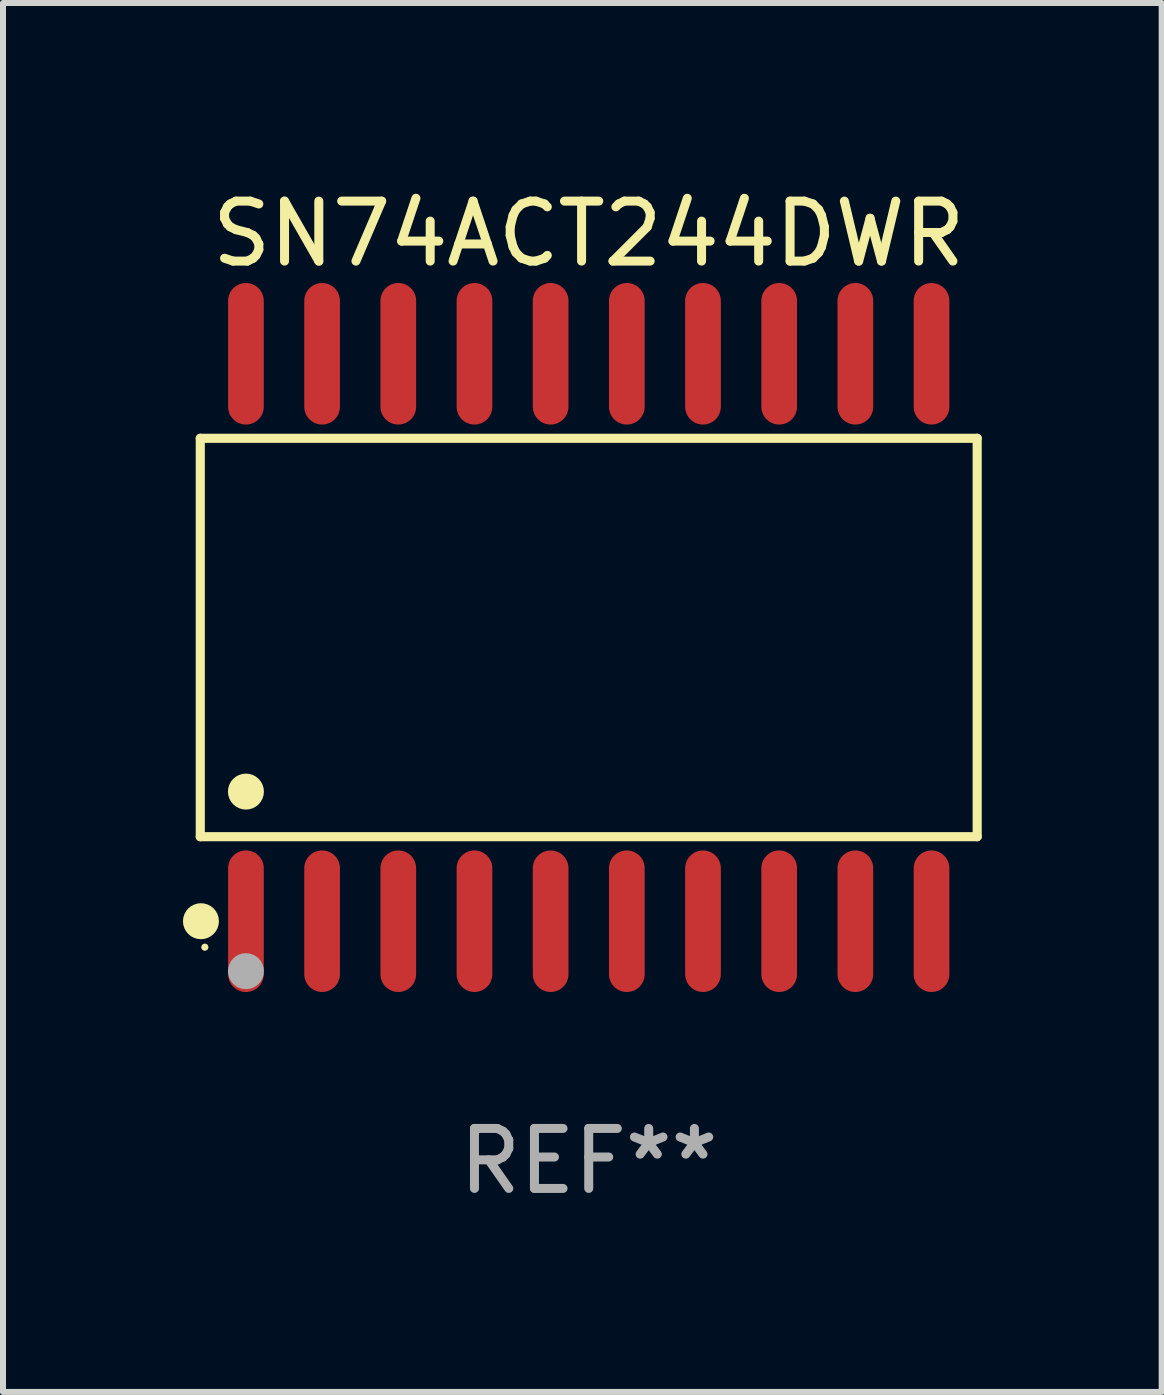
<source format=kicad_pcb>
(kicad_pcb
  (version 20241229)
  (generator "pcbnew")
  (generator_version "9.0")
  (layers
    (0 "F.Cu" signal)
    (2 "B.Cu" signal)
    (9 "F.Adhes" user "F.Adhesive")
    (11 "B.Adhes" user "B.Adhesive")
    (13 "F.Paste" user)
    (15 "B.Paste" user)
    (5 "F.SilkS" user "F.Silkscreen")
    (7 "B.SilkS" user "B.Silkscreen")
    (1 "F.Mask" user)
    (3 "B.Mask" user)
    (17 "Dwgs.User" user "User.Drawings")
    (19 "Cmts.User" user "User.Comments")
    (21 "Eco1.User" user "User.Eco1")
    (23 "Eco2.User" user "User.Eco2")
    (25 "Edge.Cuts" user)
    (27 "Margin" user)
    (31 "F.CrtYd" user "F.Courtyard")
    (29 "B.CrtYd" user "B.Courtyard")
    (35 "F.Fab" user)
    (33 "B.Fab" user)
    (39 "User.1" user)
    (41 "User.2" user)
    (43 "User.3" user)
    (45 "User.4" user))
  (footprint "SN74ACT244DWR"
    (layer "F.Cu")
    (at 6.765 7.578)
    (property "Reference" "SN74ACT244DWR" (at 0 -6.73 0) (layer "F.SilkS") (effects (font (size 1 1) (thickness 0.15))))
    (attr through_hole)
    (fp_line (start -6.476 -3.321) (end 6.476 -3.321) (stroke (width 0.152) (type solid)) (layer "F.SilkS"))
    (fp_line (start -6.476 3.321) (end -6.476 -3.321) (stroke (width 0.152) (type solid)) (layer "F.SilkS"))
    (fp_line (start 6.476 -3.321) (end 6.476 3.321) (stroke (width 0.152) (type solid)) (layer "F.SilkS"))
    (fp_line (start 6.476 3.321) (end -6.476 3.321) (stroke (width 0.152) (type solid)) (layer "F.SilkS"))
    (fp_circle (center -6.465 4.73) (end -6.315 4.73) (stroke (width 0.3) (type solid)) (fill no) (layer "F.SilkS"))
    (fp_circle (center -6.4 5.163) (end -6.37 5.163) (stroke (width 0.06) (type solid)) (fill no) (layer "F.SilkS"))
    (fp_circle (center -5.715 2.569) (end -5.565 2.569) (stroke (width 0.3) (type solid)) (fill no) (layer "F.SilkS"))
    (fp_circle (center -5.715 5.563) (end -5.565 5.563) (stroke (width 0.3) (type solid)) (fill no) (layer "F.Fab"))
    (fp_text user "REF**" (at 0 8.73 0) (layer "F.Fab") (effects (font (size 1 1) (thickness 0.15))))
    (pad "1" smd oval (at -5.715 4.73) (size 0.595 2.36) (layers "F.Cu" "F.Mask" "F.Paste"))
    (pad "2" smd oval (at -4.445 4.73) (size 0.595 2.36) (layers "F.Cu" "F.Mask" "F.Paste"))
    (pad "3" smd oval (at -3.175 4.73) (size 0.595 2.36) (layers "F.Cu" "F.Mask" "F.Paste"))
    (pad "4" smd oval (at -1.905 4.73) (size 0.595 2.36) (layers "F.Cu" "F.Mask" "F.Paste"))
    (pad "5" smd oval (at -0.635 4.73) (size 0.595 2.36) (layers "F.Cu" "F.Mask" "F.Paste"))
    (pad "6" smd oval (at 0.635 4.73) (size 0.595 2.36) (layers "F.Cu" "F.Mask" "F.Paste"))
    (pad "7" smd oval (at 1.905 4.73) (size 0.595 2.36) (layers "F.Cu" "F.Mask" "F.Paste"))
    (pad "8" smd oval (at 3.175 4.73) (size 0.595 2.36) (layers "F.Cu" "F.Mask" "F.Paste"))
    (pad "9" smd oval (at 4.445 4.73) (size 0.595 2.36) (layers "F.Cu" "F.Mask" "F.Paste"))
    (pad "10" smd oval (at 5.715 4.73) (size 0.595 2.36) (layers "F.Cu" "F.Mask" "F.Paste"))
    (pad "11" smd oval (at 5.715 -4.73) (size 0.595 2.36) (layers "F.Cu" "F.Mask" "F.Paste"))
    (pad "12" smd oval (at 4.445 -4.73) (size 0.595 2.36) (layers "F.Cu" "F.Mask" "F.Paste"))
    (pad "13" smd oval (at 3.175 -4.73) (size 0.595 2.36) (layers "F.Cu" "F.Mask" "F.Paste"))
    (pad "14" smd oval (at 1.905 -4.73) (size 0.595 2.36) (layers "F.Cu" "F.Mask" "F.Paste"))
    (pad "15" smd oval (at 0.635 -4.73) (size 0.595 2.36) (layers "F.Cu" "F.Mask" "F.Paste"))
    (pad "16" smd oval (at -0.635 -4.73) (size 0.595 2.36) (layers "F.Cu" "F.Mask" "F.Paste"))
    (pad "17" smd oval (at -1.905 -4.73) (size 0.595 2.36) (layers "F.Cu" "F.Mask" "F.Paste"))
    (pad "18" smd oval (at -3.175 -4.73) (size 0.595 2.36) (layers "F.Cu" "F.Mask" "F.Paste"))
    (pad "19" smd oval (at -4.445 -4.73) (size 0.595 2.36) (layers "F.Cu" "F.Mask" "F.Paste"))
    (pad "20" smd oval (at -5.715 -4.73) (size 0.595 2.36) (layers "F.Cu" "F.Mask" "F.Paste")))
  (gr_rect
    (start -3 -3)
    (end 16.317 20.156)
    (stroke (width 0.1) (type default))
    (fill no)
    (layer "Edge.Cuts")))
</source>
